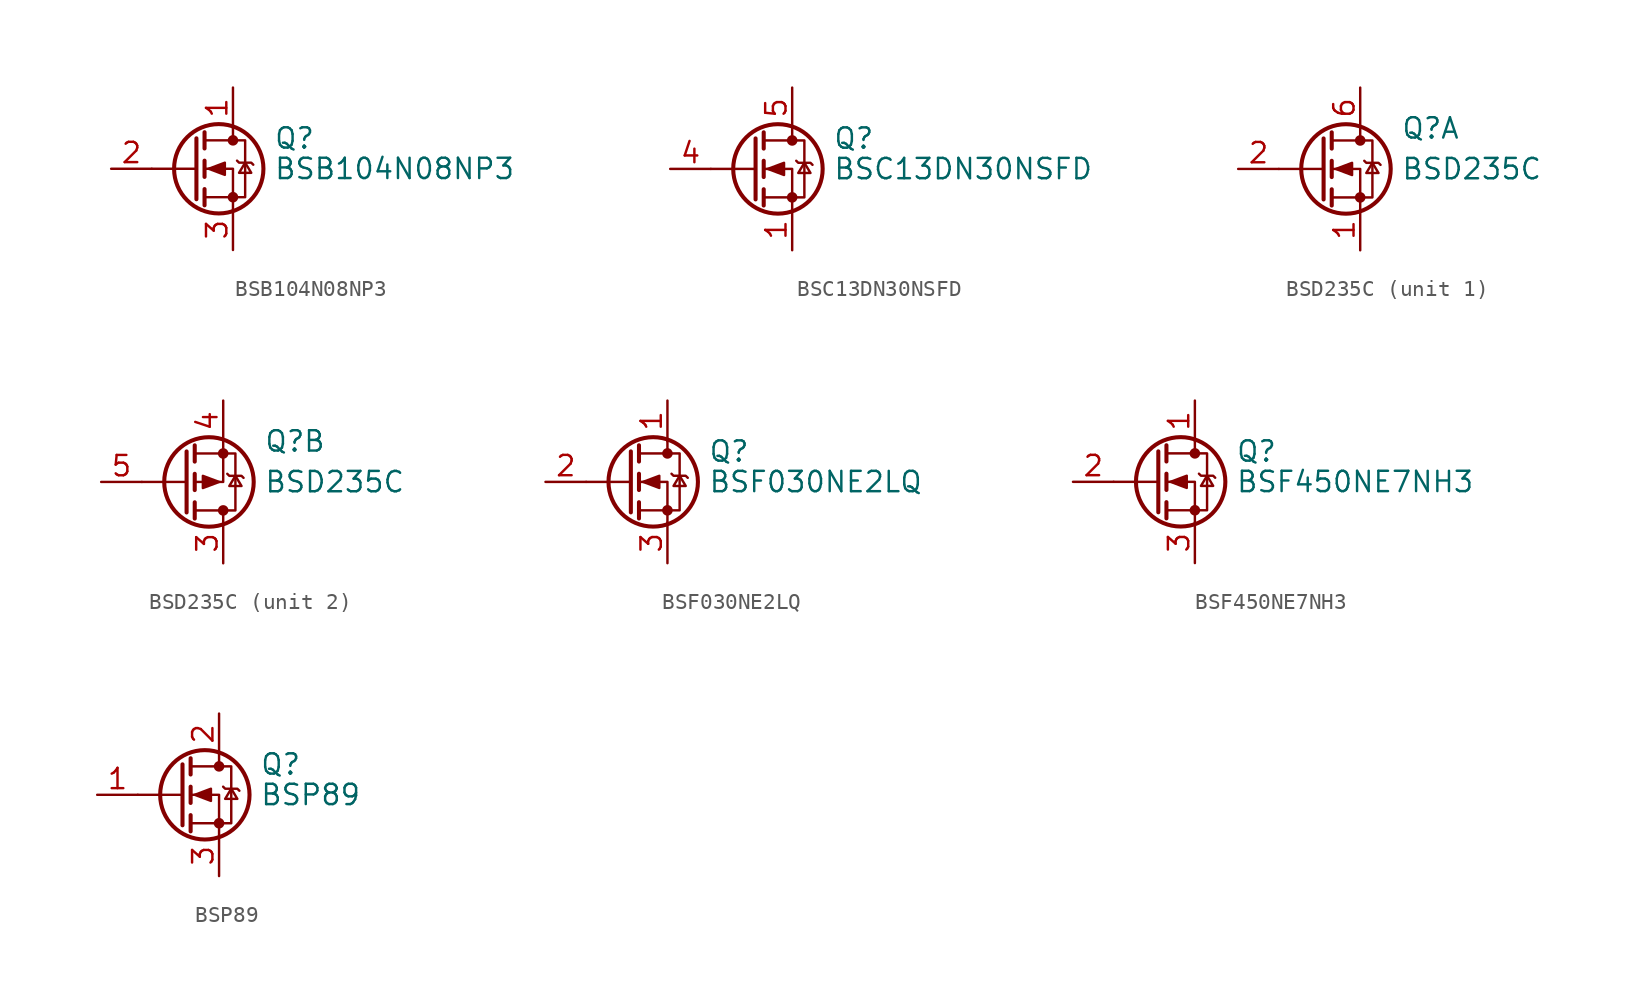
<source format=kicad_sym>
(kicad_symbol_lib
  (version 20211014)
  (generator kicad_symbol_editor)
  (symbol "BSB104N08NP3"
    (pin_names hide)
    (property "Reference" "Q"
      (at 5.08 1.905 0)
      (effects (font (size 1.27 1.27)) (justify left)))
    (property "Value" "BSB104N08NP3"
      (at 5.08 0 0)
      (effects (font (size 1.27 1.27)) (justify left)))
    (symbol "BSB104N08NP3_0_1"
      (polyline (pts (xy 0.254 0) (xy -2.54 0)) (stroke (width 0) (type default) (color 0 0 0 0)) (fill (type none)))
      (polyline (pts (xy 0.254 1.905) (xy 0.254 -1.905)) (stroke (width 0.254) (type default) (color 0 0 0 0)) (fill (type none)))
      (polyline (pts (xy 0.762 -1.27) (xy 0.762 -2.286)) (stroke (width 0.254) (type default) (color 0 0 0 0)) (fill (type none)))
      (polyline (pts (xy 0.762 0.508) (xy 0.762 -0.508)) (stroke (width 0.254) (type default) (color 0 0 0 0)) (fill (type none)))
      (polyline (pts (xy 0.762 2.286) (xy 0.762 1.27)) (stroke (width 0.254) (type default) (color 0 0 0 0)) (fill (type none)))
      (polyline (pts (xy 2.54 2.54) (xy 2.54 1.778)) (stroke (width 0) (type default) (color 0 0 0 0)) (fill (type none)))
      (polyline (pts (xy 2.54 -2.54) (xy 2.54 0) (xy 0.762 0)) (stroke (width 0) (type default) (color 0 0 0 0)) (fill (type none)))
      (polyline (pts (xy 0.762 -1.778) (xy 3.302 -1.778) (xy 3.302 1.778) (xy 0.762 1.778)) (stroke (width 0) (type default) (color 0 0 0 0)) (fill (type none)))
      (polyline (pts (xy 1.016 0) (xy 2.032 0.381) (xy 2.032 -0.381) (xy 1.016 0)) (stroke (width 0) (type default) (color 0 0 0 0)) (fill (type outline)))
      (polyline (pts (xy 2.794 0.508) (xy 2.921 0.381) (xy 3.683 0.381) (xy 3.81 0.254)) (stroke (width 0) (type default) (color 0 0 0 0)) (fill (type none)))
      (polyline (pts (xy 3.302 0.381) (xy 2.921 -0.254) (xy 3.683 -0.254) (xy 3.302 0.381)) (stroke (width 0) (type default) (color 0 0 0 0)) (fill (type none)))
      (circle (center 1.651 0) (radius 2.794) (stroke (width 0.254) (type default) (color 0 0 0 0)) (fill (type none)))
      (circle (center 2.54 -1.778) (radius 0.254) (stroke (width 0) (type default) (color 0 0 0 0)) (fill (type outline)))
      (circle (center 2.54 1.778) (radius 0.254) (stroke (width 0) (type default) (color 0 0 0 0)) (fill (type outline))))
    (symbol "BSB104N08NP3_1_1"
      (pin passive line (at 2.54 5.08 270) (length 2.54) (name "D" (effects (font (size 1.27 1.27)))) (number "1" (effects (font (size 1.27 1.27)))))
      (pin input line (at -5.08 0 0) (length 2.54) (name "G" (effects (font (size 1.27 1.27)))) (number "2" (effects (font (size 1.27 1.27)))))
      (pin passive line (at 2.54 -5.08 90) (length 2.54) (name "S" (effects (font (size 1.27 1.27)))) (number "3" (effects (font (size 1.27 1.27)))))))
  (symbol "BSC13DN30NSFD"
    (pin_names hide)
    (property "Reference" "Q"
      (at 5.08 1.905 0)
      (effects (font (size 1.27 1.27)) (justify left)))
    (property "Value" "BSC13DN30NSFD"
      (at 5.08 0 0)
      (effects (font (size 1.27 1.27)) (justify left)))
    (symbol "BSC13DN30NSFD_0_1"
      (polyline (pts (xy 0.254 0) (xy -2.54 0)) (stroke (width 0) (type default) (color 0 0 0 0)) (fill (type none)))
      (polyline (pts (xy 0.254 1.905) (xy 0.254 -1.905)) (stroke (width 0.254) (type default) (color 0 0 0 0)) (fill (type none)))
      (polyline (pts (xy 0.762 -1.27) (xy 0.762 -2.286)) (stroke (width 0.254) (type default) (color 0 0 0 0)) (fill (type none)))
      (polyline (pts (xy 0.762 0.508) (xy 0.762 -0.508)) (stroke (width 0.254) (type default) (color 0 0 0 0)) (fill (type none)))
      (polyline (pts (xy 0.762 2.286) (xy 0.762 1.27)) (stroke (width 0.254) (type default) (color 0 0 0 0)) (fill (type none)))
      (polyline (pts (xy 2.54 2.54) (xy 2.54 1.778)) (stroke (width 0) (type default) (color 0 0 0 0)) (fill (type none)))
      (polyline (pts (xy 2.54 -2.54) (xy 2.54 0) (xy 0.762 0)) (stroke (width 0) (type default) (color 0 0 0 0)) (fill (type none)))
      (polyline (pts (xy 0.762 -1.778) (xy 3.302 -1.778) (xy 3.302 1.778) (xy 0.762 1.778)) (stroke (width 0) (type default) (color 0 0 0 0)) (fill (type none)))
      (polyline (pts (xy 1.016 0) (xy 2.032 0.381) (xy 2.032 -0.381) (xy 1.016 0)) (stroke (width 0) (type default) (color 0 0 0 0)) (fill (type outline)))
      (polyline (pts (xy 2.794 0.508) (xy 2.921 0.381) (xy 3.683 0.381) (xy 3.81 0.254)) (stroke (width 0) (type default) (color 0 0 0 0)) (fill (type none)))
      (polyline (pts (xy 3.302 0.381) (xy 2.921 -0.254) (xy 3.683 -0.254) (xy 3.302 0.381)) (stroke (width 0) (type default) (color 0 0 0 0)) (fill (type none)))
      (circle (center 1.651 0) (radius 2.794) (stroke (width 0.254) (type default) (color 0 0 0 0)) (fill (type none)))
      (circle (center 2.54 -1.778) (radius 0.254) (stroke (width 0) (type default) (color 0 0 0 0)) (fill (type outline)))
      (circle (center 2.54 1.778) (radius 0.254) (stroke (width 0) (type default) (color 0 0 0 0)) (fill (type outline))))
    (symbol "BSC13DN30NSFD_1_1"
      (pin passive line (at 2.54 -5.08 90) (length 2.54) (name "S" (effects (font (size 1.27 1.27)))) (number "1" (effects (font (size 1.27 1.27)))))
      (pin passive line (at 2.54 -5.08 90) (length 2.54) hide (name "S" (effects (font (size 1.27 1.27)))) (number "2" (effects (font (size 1.27 1.27)))))
      (pin passive line (at 2.54 -5.08 90) (length 2.54) hide (name "S" (effects (font (size 1.27 1.27)))) (number "3" (effects (font (size 1.27 1.27)))))
      (pin passive line (at -5.08 0 0) (length 2.54) (name "G" (effects (font (size 1.27 1.27)))) (number "4" (effects (font (size 1.27 1.27)))))
      (pin passive line (at 2.54 5.08 270) (length 2.54) (name "D" (effects (font (size 1.27 1.27)))) (number "5" (effects (font (size 1.27 1.27)))))))
  (symbol "BSD235C"
    (pin_names hide)
    (property "Reference" "Q"
      (at 5.08 2.54 0)
      (effects (font (size 1.27 1.27)) (justify left)))
    (property "Value" "BSD235C"
      (at 5.08 0 0)
      (effects (font (size 1.27 1.27)) (justify left)))
    (symbol "BSD235C_1_1"
      (polyline (pts (xy 0.254 -1.905) (xy 0.254 1.905)) (stroke (width 0.254) (type default) (color 0 0 0 0)) (fill (type none)))
      (polyline (pts (xy 0.254 0) (xy -2.54 0)) (stroke (width 0) (type default) (color 0 0 0 0)) (fill (type none)))
      (polyline (pts (xy 0.762 -2.286) (xy 0.762 -1.27)) (stroke (width 0.254) (type default) (color 0 0 0 0)) (fill (type none)))
      (polyline (pts (xy 0.762 -0.508) (xy 0.762 0.508)) (stroke (width 0.254) (type default) (color 0 0 0 0)) (fill (type none)))
      (polyline (pts (xy 0.762 1.27) (xy 0.762 2.286)) (stroke (width 0.254) (type default) (color 0 0 0 0)) (fill (type none)))
      (polyline (pts (xy 2.54 1.905) (xy 2.54 2.54)) (stroke (width 0) (type default) (color 0 0 0 0)) (fill (type none)))
      (polyline (pts (xy 2.54 -2.54) (xy 2.54 0) (xy 0.762 0)) (stroke (width 0) (type default) (color 0 0 0 0)) (fill (type none)))
      (polyline (pts (xy 0.762 1.778) (xy 3.302 1.778) (xy 3.302 -1.778) (xy 0.762 -1.778)) (stroke (width 0) (type default) (color 0 0 0 0)) (fill (type none)))
      (polyline (pts (xy 1.016 0) (xy 2.032 -0.381) (xy 2.032 0.381) (xy 1.016 0)) (stroke (width 0) (type default) (color 0 0 0 0)) (fill (type outline)))
      (polyline (pts (xy 2.794 0.508) (xy 2.921 0.381) (xy 3.683 0.381) (xy 3.81 0.254)) (stroke (width 0) (type default) (color 0 0 0 0)) (fill (type none)))
      (polyline (pts (xy 3.302 0.381) (xy 2.921 -0.254) (xy 3.683 -0.254) (xy 3.302 0.381)) (stroke (width 0) (type default) (color 0 0 0 0)) (fill (type none)))
      (circle (center 1.651 0) (radius 2.794) (stroke (width 0.254) (type default) (color 0 0 0 0)) (fill (type none)))
      (circle (center 2.54 -1.778) (radius 0.254) (stroke (width 0) (type default) (color 0 0 0 0)) (fill (type outline)))
      (circle (center 2.54 1.778) (radius 0.254) (stroke (width 0) (type default) (color 0 0 0 0)) (fill (type outline)))
      (pin passive line (at 2.54 -5.08 90) (length 2.54) (name "SN" (effects (font (size 1.27 1.27)))) (number "1" (effects (font (size 1.27 1.27)))))
      (pin input line (at -5.08 0 0) (length 2.54) (name "GN" (effects (font (size 1.27 1.27)))) (number "2" (effects (font (size 1.27 1.27)))))
      (pin passive line (at 2.54 5.08 270) (length 2.54) (name "DN" (effects (font (size 1.27 1.27)))) (number "6" (effects (font (size 1.27 1.27))))))
    (symbol "BSD235C_2_1"
      (polyline (pts (xy 0.254 0) (xy -2.54 0)) (stroke (width 0) (type default) (color 0 0 0 0)) (fill (type none)))
      (polyline (pts (xy 0.254 1.905) (xy 0.254 -1.905)) (stroke (width 0.254) (type default) (color 0 0 0 0)) (fill (type none)))
      (polyline (pts (xy 0.762 -1.27) (xy 0.762 -2.286)) (stroke (width 0.254) (type default) (color 0 0 0 0)) (fill (type none)))
      (polyline (pts (xy 0.762 0.508) (xy 0.762 -0.508)) (stroke (width 0.254) (type default) (color 0 0 0 0)) (fill (type none)))
      (polyline (pts (xy 0.762 2.286) (xy 0.762 1.27)) (stroke (width 0.254) (type default) (color 0 0 0 0)) (fill (type none)))
      (polyline (pts (xy 2.54 -1.905) (xy 2.54 -2.54)) (stroke (width 0) (type default) (color 0 0 0 0)) (fill (type none)))
      (polyline (pts (xy 2.54 2.54) (xy 2.54 0) (xy 0.762 0)) (stroke (width 0) (type default) (color 0 0 0 0)) (fill (type none)))
      (polyline (pts (xy 0.762 -1.778) (xy 3.302 -1.778) (xy 3.302 1.778) (xy 0.762 1.778)) (stroke (width 0) (type default) (color 0 0 0 0)) (fill (type none)))
      (polyline (pts (xy 2.286 0) (xy 1.27 -0.381) (xy 1.27 0.381) (xy 2.286 0)) (stroke (width 0) (type default) (color 0 0 0 0)) (fill (type outline)))
      (polyline (pts (xy 2.794 0.508) (xy 2.921 0.381) (xy 3.683 0.381) (xy 3.81 0.254)) (stroke (width 0) (type default) (color 0 0 0 0)) (fill (type none)))
      (polyline (pts (xy 3.302 0.381) (xy 2.921 -0.254) (xy 3.683 -0.254) (xy 3.302 0.381)) (stroke (width 0) (type default) (color 0 0 0 0)) (fill (type none)))
      (circle (center 1.651 0) (radius 2.794) (stroke (width 0.254) (type default) (color 0 0 0 0)) (fill (type none)))
      (circle (center 2.54 -1.778) (radius 0.254) (stroke (width 0) (type default) (color 0 0 0 0)) (fill (type outline)))
      (circle (center 2.54 1.778) (radius 0.254) (stroke (width 0) (type default) (color 0 0 0 0)) (fill (type outline)))
      (pin passive line (at 2.54 -5.08 90) (length 2.54) (name "DP" (effects (font (size 1.27 1.27)))) (number "3" (effects (font (size 1.27 1.27)))))
      (pin passive line (at 2.54 5.08 270) (length 2.54) (name "SP" (effects (font (size 1.27 1.27)))) (number "4" (effects (font (size 1.27 1.27)))))
      (pin input line (at -5.08 0 0) (length 2.54) (name "GP" (effects (font (size 1.27 1.27)))) (number "5" (effects (font (size 1.27 1.27)))))))
  (symbol "BSF030NE2LQ"
    (pin_names hide)
    (property "Reference" "Q"
      (at 5.08 1.905 0)
      (effects (font (size 1.27 1.27)) (justify left)))
    (property "Value" "BSF030NE2LQ"
      (at 5.08 0 0)
      (effects (font (size 1.27 1.27)) (justify left)))
    (symbol "BSF030NE2LQ_0_1"
      (polyline (pts (xy 0.254 0) (xy -2.54 0)) (stroke (width 0) (type default) (color 0 0 0 0)) (fill (type none)))
      (polyline (pts (xy 0.254 1.905) (xy 0.254 -1.905)) (stroke (width 0.254) (type default) (color 0 0 0 0)) (fill (type none)))
      (polyline (pts (xy 0.762 -1.27) (xy 0.762 -2.286)) (stroke (width 0.254) (type default) (color 0 0 0 0)) (fill (type none)))
      (polyline (pts (xy 0.762 0.508) (xy 0.762 -0.508)) (stroke (width 0.254) (type default) (color 0 0 0 0)) (fill (type none)))
      (polyline (pts (xy 0.762 2.286) (xy 0.762 1.27)) (stroke (width 0.254) (type default) (color 0 0 0 0)) (fill (type none)))
      (polyline (pts (xy 2.54 2.54) (xy 2.54 1.778)) (stroke (width 0) (type default) (color 0 0 0 0)) (fill (type none)))
      (polyline (pts (xy 2.54 -2.54) (xy 2.54 0) (xy 0.762 0)) (stroke (width 0) (type default) (color 0 0 0 0)) (fill (type none)))
      (polyline (pts (xy 0.762 -1.778) (xy 3.302 -1.778) (xy 3.302 1.778) (xy 0.762 1.778)) (stroke (width 0) (type default) (color 0 0 0 0)) (fill (type none)))
      (polyline (pts (xy 1.016 0) (xy 2.032 0.381) (xy 2.032 -0.381) (xy 1.016 0)) (stroke (width 0) (type default) (color 0 0 0 0)) (fill (type outline)))
      (polyline (pts (xy 2.794 0.508) (xy 2.921 0.381) (xy 3.683 0.381) (xy 3.81 0.254)) (stroke (width 0) (type default) (color 0 0 0 0)) (fill (type none)))
      (polyline (pts (xy 3.302 0.381) (xy 2.921 -0.254) (xy 3.683 -0.254) (xy 3.302 0.381)) (stroke (width 0) (type default) (color 0 0 0 0)) (fill (type none)))
      (circle (center 1.651 0) (radius 2.794) (stroke (width 0.254) (type default) (color 0 0 0 0)) (fill (type none)))
      (circle (center 2.54 -1.778) (radius 0.254) (stroke (width 0) (type default) (color 0 0 0 0)) (fill (type outline)))
      (circle (center 2.54 1.778) (radius 0.254) (stroke (width 0) (type default) (color 0 0 0 0)) (fill (type outline))))
    (symbol "BSF030NE2LQ_1_1"
      (pin passive line (at 2.54 5.08 270) (length 2.54) (name "D" (effects (font (size 1.27 1.27)))) (number "1" (effects (font (size 1.27 1.27)))))
      (pin input line (at -5.08 0 0) (length 2.54) (name "G" (effects (font (size 1.27 1.27)))) (number "2" (effects (font (size 1.27 1.27)))))
      (pin passive line (at 2.54 -5.08 90) (length 2.54) (name "S" (effects (font (size 1.27 1.27)))) (number "3" (effects (font (size 1.27 1.27)))))))
  (symbol "BSF450NE7NH3"
    (pin_names hide)
    (property "Reference" "Q"
      (at 5.08 1.905 0)
      (effects (font (size 1.27 1.27)) (justify left)))
    (property "Value" "BSF450NE7NH3"
      (at 5.08 0 0)
      (effects (font (size 1.27 1.27)) (justify left)))
    (symbol "BSF450NE7NH3_0_1"
      (polyline (pts (xy 0.254 0) (xy -2.54 0)) (stroke (width 0) (type default) (color 0 0 0 0)) (fill (type none)))
      (polyline (pts (xy 0.254 1.905) (xy 0.254 -1.905)) (stroke (width 0.254) (type default) (color 0 0 0 0)) (fill (type none)))
      (polyline (pts (xy 0.762 -1.27) (xy 0.762 -2.286)) (stroke (width 0.254) (type default) (color 0 0 0 0)) (fill (type none)))
      (polyline (pts (xy 0.762 0.508) (xy 0.762 -0.508)) (stroke (width 0.254) (type default) (color 0 0 0 0)) (fill (type none)))
      (polyline (pts (xy 0.762 2.286) (xy 0.762 1.27)) (stroke (width 0.254) (type default) (color 0 0 0 0)) (fill (type none)))
      (polyline (pts (xy 2.54 2.54) (xy 2.54 1.778)) (stroke (width 0) (type default) (color 0 0 0 0)) (fill (type none)))
      (polyline (pts (xy 2.54 -2.54) (xy 2.54 0) (xy 0.762 0)) (stroke (width 0) (type default) (color 0 0 0 0)) (fill (type none)))
      (polyline (pts (xy 0.762 -1.778) (xy 3.302 -1.778) (xy 3.302 1.778) (xy 0.762 1.778)) (stroke (width 0) (type default) (color 0 0 0 0)) (fill (type none)))
      (polyline (pts (xy 1.016 0) (xy 2.032 0.381) (xy 2.032 -0.381) (xy 1.016 0)) (stroke (width 0) (type default) (color 0 0 0 0)) (fill (type outline)))
      (polyline (pts (xy 2.794 0.508) (xy 2.921 0.381) (xy 3.683 0.381) (xy 3.81 0.254)) (stroke (width 0) (type default) (color 0 0 0 0)) (fill (type none)))
      (polyline (pts (xy 3.302 0.381) (xy 2.921 -0.254) (xy 3.683 -0.254) (xy 3.302 0.381)) (stroke (width 0) (type default) (color 0 0 0 0)) (fill (type none)))
      (circle (center 1.651 0) (radius 2.794) (stroke (width 0.254) (type default) (color 0 0 0 0)) (fill (type none)))
      (circle (center 2.54 -1.778) (radius 0.254) (stroke (width 0) (type default) (color 0 0 0 0)) (fill (type outline)))
      (circle (center 2.54 1.778) (radius 0.254) (stroke (width 0) (type default) (color 0 0 0 0)) (fill (type outline))))
    (symbol "BSF450NE7NH3_1_1"
      (pin passive line (at 2.54 5.08 270) (length 2.54) (name "D" (effects (font (size 1.27 1.27)))) (number "1" (effects (font (size 1.27 1.27)))))
      (pin input line (at -5.08 0 0) (length 2.54) (name "G" (effects (font (size 1.27 1.27)))) (number "2" (effects (font (size 1.27 1.27)))))
      (pin passive line (at 2.54 -5.08 90) (length 2.54) (name "S" (effects (font (size 1.27 1.27)))) (number "3" (effects (font (size 1.27 1.27)))))))
  (symbol "BSP89"
    (pin_names hide)
    (property "Reference" "Q"
      (at 5.08 1.905 0)
      (effects (font (size 1.27 1.27)) (justify left)))
    (property "Value" "BSP89"
      (at 5.08 0 0)
      (effects (font (size 1.27 1.27)) (justify left)))
    (symbol "BSP89_0_1"
      (polyline (pts (xy 0.254 0) (xy -2.54 0)) (stroke (width 0) (type default) (color 0 0 0 0)) (fill (type none)))
      (polyline (pts (xy 0.254 1.905) (xy 0.254 -1.905)) (stroke (width 0.254) (type default) (color 0 0 0 0)) (fill (type none)))
      (polyline (pts (xy 0.762 -1.27) (xy 0.762 -2.286)) (stroke (width 0.254) (type default) (color 0 0 0 0)) (fill (type none)))
      (polyline (pts (xy 0.762 0.508) (xy 0.762 -0.508)) (stroke (width 0.254) (type default) (color 0 0 0 0)) (fill (type none)))
      (polyline (pts (xy 0.762 2.286) (xy 0.762 1.27)) (stroke (width 0.254) (type default) (color 0 0 0 0)) (fill (type none)))
      (polyline (pts (xy 2.54 2.54) (xy 2.54 1.778)) (stroke (width 0) (type default) (color 0 0 0 0)) (fill (type none)))
      (polyline (pts (xy 2.54 -2.54) (xy 2.54 0) (xy 0.762 0)) (stroke (width 0) (type default) (color 0 0 0 0)) (fill (type none)))
      (polyline (pts (xy 0.762 -1.778) (xy 3.302 -1.778) (xy 3.302 1.778) (xy 0.762 1.778)) (stroke (width 0) (type default) (color 0 0 0 0)) (fill (type none)))
      (polyline (pts (xy 1.016 0) (xy 2.032 0.381) (xy 2.032 -0.381) (xy 1.016 0)) (stroke (width 0) (type default) (color 0 0 0 0)) (fill (type outline)))
      (polyline (pts (xy 2.794 0.508) (xy 2.921 0.381) (xy 3.683 0.381) (xy 3.81 0.254)) (stroke (width 0) (type default) (color 0 0 0 0)) (fill (type none)))
      (polyline (pts (xy 3.302 0.381) (xy 2.921 -0.254) (xy 3.683 -0.254) (xy 3.302 0.381)) (stroke (width 0) (type default) (color 0 0 0 0)) (fill (type none)))
      (circle (center 1.651 0) (radius 2.794) (stroke (width 0.254) (type default) (color 0 0 0 0)) (fill (type none)))
      (circle (center 2.54 -1.778) (radius 0.254) (stroke (width 0) (type default) (color 0 0 0 0)) (fill (type outline)))
      (circle (center 2.54 1.778) (radius 0.254) (stroke (width 0) (type default) (color 0 0 0 0)) (fill (type outline))))
    (symbol "BSP89_1_1"
      (pin input line (at -5.08 0 0) (length 2.54) (name "G" (effects (font (size 1.27 1.27)))) (number "1" (effects (font (size 1.27 1.27)))))
      (pin passive line (at 2.54 5.08 270) (length 2.54) (name "D" (effects (font (size 1.27 1.27)))) (number "2" (effects (font (size 1.27 1.27)))))
      (pin passive line (at 2.54 -5.08 90) (length 2.54) (name "S" (effects (font (size 1.27 1.27)))) (number "3" (effects (font (size 1.27 1.27))))))))
</source>
